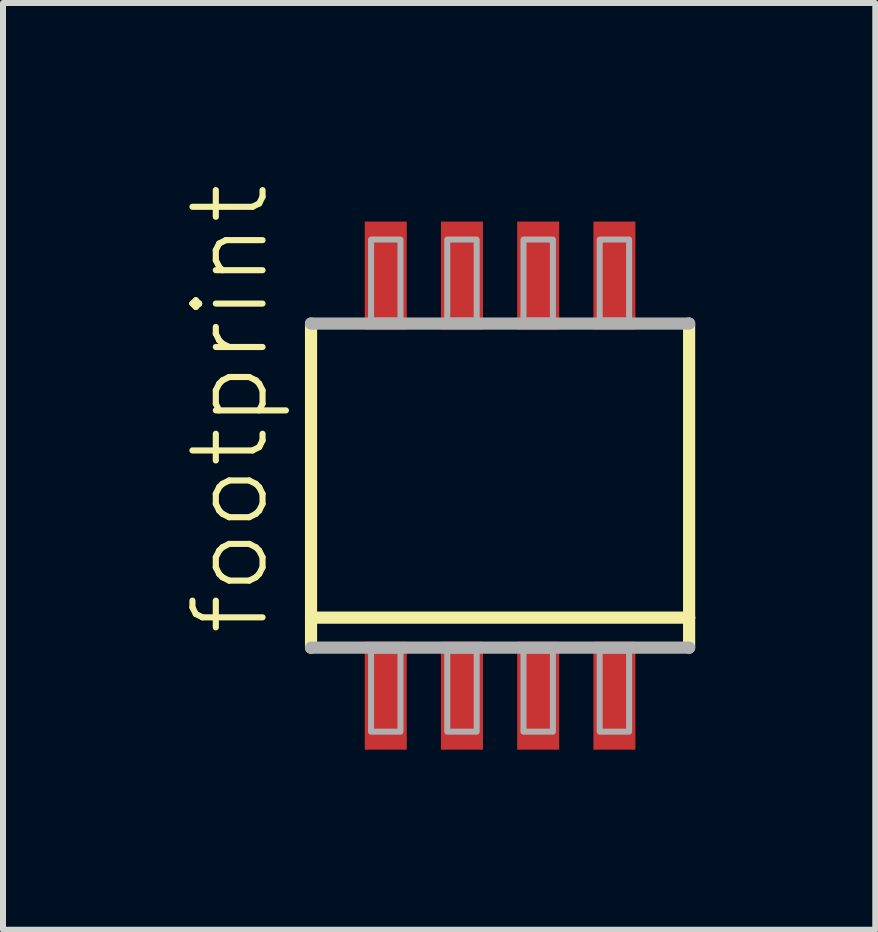
<source format=kicad_pcb>
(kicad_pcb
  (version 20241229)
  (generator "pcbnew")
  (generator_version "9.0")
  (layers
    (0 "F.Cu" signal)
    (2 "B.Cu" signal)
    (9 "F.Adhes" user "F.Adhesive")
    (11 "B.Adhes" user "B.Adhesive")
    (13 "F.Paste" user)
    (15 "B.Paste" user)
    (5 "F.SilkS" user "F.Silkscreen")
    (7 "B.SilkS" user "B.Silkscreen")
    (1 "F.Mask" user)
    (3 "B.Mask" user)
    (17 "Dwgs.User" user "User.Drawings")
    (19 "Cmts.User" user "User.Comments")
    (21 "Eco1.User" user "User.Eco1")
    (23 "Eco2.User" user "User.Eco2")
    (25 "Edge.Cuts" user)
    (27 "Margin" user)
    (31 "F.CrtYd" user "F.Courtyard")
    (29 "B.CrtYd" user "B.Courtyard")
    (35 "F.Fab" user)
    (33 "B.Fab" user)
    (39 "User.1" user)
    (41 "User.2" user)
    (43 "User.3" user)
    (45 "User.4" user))
  (footprint "footprint"
    (layer "F.Cu")
    (at 5.283 5.042)
    (property "Reference" "footprint" (at -3.81 2.54 90) (layer "F.SilkS") (effects (font (size 1.168 1.168) (thickness 0.102)) (justify left bottom)))
    (fp_line (start -3.15 2.2) (end -3.15 -2.7) (stroke (width 0.203) (type solid)) (layer "F.SilkS"))
    (fp_line (start -3.15 2.7) (end -3.15 2.2) (stroke (width 0.203) (type solid)) (layer "F.SilkS"))
    (fp_line (start 3.15 -2.7) (end 3.15 2.2) (stroke (width 0.203) (type solid)) (layer "F.SilkS"))
    (fp_line (start 3.15 2.2) (end -3.15 2.2) (stroke (width 0.203) (type solid)) (layer "F.SilkS"))
    (fp_line (start 3.15 2.2) (end 3.15 2.7) (stroke (width 0.203) (type solid)) (layer "F.SilkS"))
    (fp_line (start -3.15 -2.7) (end 3.15 -2.7) (stroke (width 0.203) (type solid)) (layer "F.Fab"))
    (fp_line (start 3.15 2.7) (end -3.15 2.7) (stroke (width 0.203) (type solid)) (layer "F.Fab"))
    (fp_poly (pts (xy -2.15 -2.75) (xy -1.66 -2.75) (xy -1.66 -4.1) (xy -2.15 -4.1)) (stroke (width 0.1) (type solid)) (fill no) (layer "F.Fab"))
    (fp_poly (pts (xy -2.15 4.1) (xy -1.66 4.1) (xy -1.66 2.75) (xy -2.15 2.75)) (stroke (width 0.1) (type solid)) (fill no) (layer "F.Fab"))
    (fp_poly (pts (xy -0.88 -2.75) (xy -0.39 -2.75) (xy -0.39 -4.1) (xy -0.88 -4.1)) (stroke (width 0.1) (type solid)) (fill no) (layer "F.Fab"))
    (fp_poly (pts (xy -0.88 4.1) (xy -0.39 4.1) (xy -0.39 2.75) (xy -0.88 2.75)) (stroke (width 0.1) (type solid)) (fill no) (layer "F.Fab"))
    (fp_poly (pts (xy 0.39 -2.75) (xy 0.88 -2.75) (xy 0.88 -4.1) (xy 0.39 -4.1)) (stroke (width 0.1) (type solid)) (fill no) (layer "F.Fab"))
    (fp_poly (pts (xy 0.39 4.1) (xy 0.88 4.1) (xy 0.88 2.75) (xy 0.39 2.75)) (stroke (width 0.1) (type solid)) (fill no) (layer "F.Fab"))
    (fp_poly (pts (xy 1.66 -2.75) (xy 2.15 -2.75) (xy 2.15 -4.1) (xy 1.66 -4.1)) (stroke (width 0.1) (type solid)) (fill no) (layer "F.Fab"))
    (fp_poly (pts (xy 1.66 4.1) (xy 2.15 4.1) (xy 2.15 2.75) (xy 1.66 2.75)) (stroke (width 0.1) (type solid)) (fill no) (layer "F.Fab"))
    (pad "1" smd rect (at -1.905 3.5) (size 0.7 1.8) (layers "F.Cu" "F.Mask" "F.Paste"))
    (pad "2" smd rect (at -0.635 3.5) (size 0.7 1.8) (layers "F.Cu" "F.Mask" "F.Paste"))
    (pad "3" smd rect (at 0.635 3.5) (size 0.7 1.8) (layers "F.Cu" "F.Mask" "F.Paste"))
    (pad "4" smd rect (at 1.905 3.5) (size 0.7 1.8) (layers "F.Cu" "F.Mask" "F.Paste"))
    (pad "5" smd rect (at 1.905 -3.5) (size 0.7 1.8) (layers "F.Cu" "F.Mask" "F.Paste"))
    (pad "6" smd rect (at 0.635 -3.5) (size 0.7 1.8) (layers "F.Cu" "F.Mask" "F.Paste"))
    (pad "7" smd rect (at -0.635 -3.5) (size 0.7 1.8) (layers "F.Cu" "F.Mask" "F.Paste"))
    (pad "8" smd rect (at -1.905 -3.5) (size 0.7 1.8) (layers "F.Cu" "F.Mask" "F.Paste")))
  (gr_rect
    (start -3 -3)
    (end 11.535 12.442)
    (stroke (width 0.1) (type default))
    (fill no)
    (layer "Edge.Cuts")))
</source>
